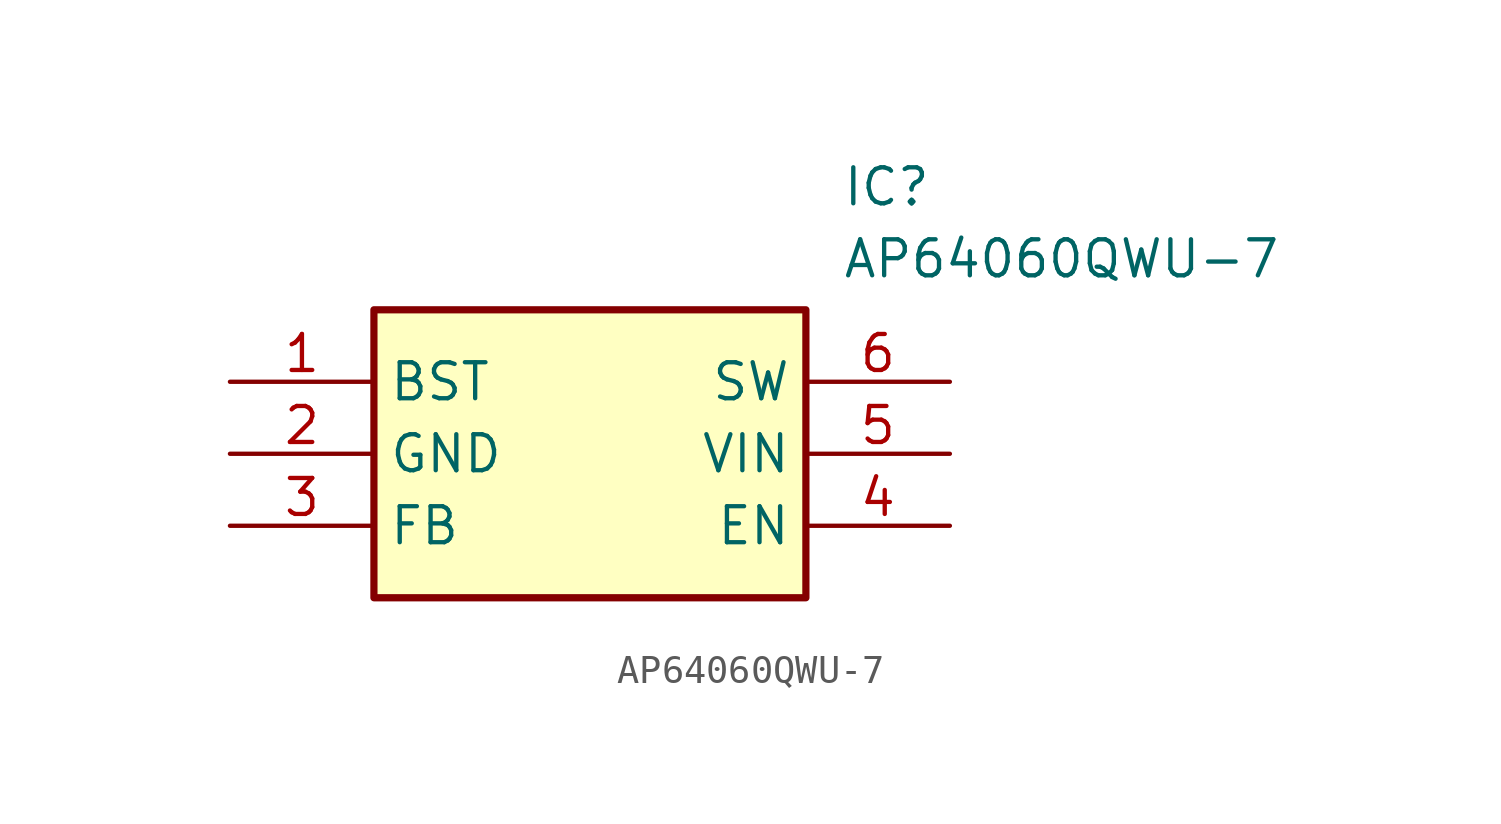
<source format=kicad_sym>
(kicad_symbol_lib
  (version 20211014)
  (generator SamacSys_ECAD_Model)
  (symbol "AP64060QWU-7"
    (property "Reference" "IC"
      (at 21.59 7.62 0)
      (effects (font (size 1.27 1.27)) (justify left top)))
    (property "Value" "AP64060QWU-7"
      (at 21.59 5.08 0)
      (effects (font (size 1.27 1.27)) (justify left top)))
    (rectangle
      (start 5.08 2.54)
      (end 20.32 -7.62)
      (stroke (width 0.254) (type default))
      (fill (type background)))
    (pin passive line
      (at 0 0 0)
      (length 5.08)
      (name "BST" (effects (font (size 1.27 1.27))))
      (number "1" (effects (font (size 1.27 1.27)))))
    (pin passive line
      (at 0 -2.54 0)
      (length 5.08)
      (name "GND" (effects (font (size 1.27 1.27))))
      (number "2" (effects (font (size 1.27 1.27)))))
    (pin passive line
      (at 0 -5.08 0)
      (length 5.08)
      (name "FB" (effects (font (size 1.27 1.27))))
      (number "3" (effects (font (size 1.27 1.27)))))
    (pin passive line
      (at 25.4 0 180)
      (length 5.08)
      (name "SW" (effects (font (size 1.27 1.27))))
      (number "6" (effects (font (size 1.27 1.27)))))
    (pin passive line
      (at 25.4 -2.54 180)
      (length 5.08)
      (name "VIN" (effects (font (size 1.27 1.27))))
      (number "5" (effects (font (size 1.27 1.27)))))
    (pin passive line
      (at 25.4 -5.08 180)
      (length 5.08)
      (name "EN" (effects (font (size 1.27 1.27))))
      (number "4" (effects (font (size 1.27 1.27)))))))
</source>
